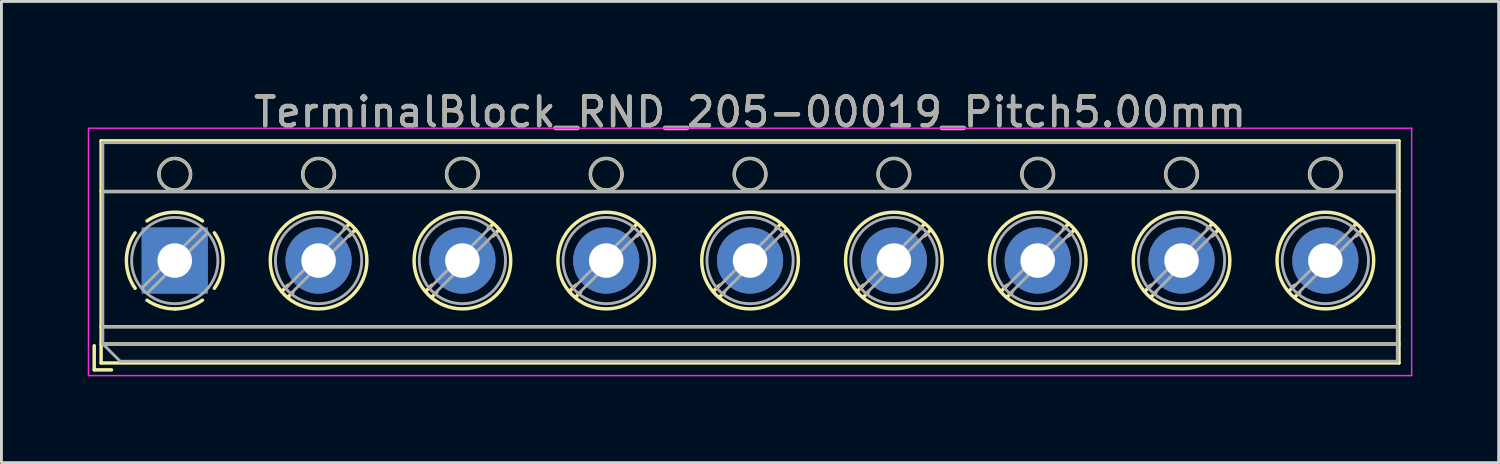
<source format=kicad_pcb>
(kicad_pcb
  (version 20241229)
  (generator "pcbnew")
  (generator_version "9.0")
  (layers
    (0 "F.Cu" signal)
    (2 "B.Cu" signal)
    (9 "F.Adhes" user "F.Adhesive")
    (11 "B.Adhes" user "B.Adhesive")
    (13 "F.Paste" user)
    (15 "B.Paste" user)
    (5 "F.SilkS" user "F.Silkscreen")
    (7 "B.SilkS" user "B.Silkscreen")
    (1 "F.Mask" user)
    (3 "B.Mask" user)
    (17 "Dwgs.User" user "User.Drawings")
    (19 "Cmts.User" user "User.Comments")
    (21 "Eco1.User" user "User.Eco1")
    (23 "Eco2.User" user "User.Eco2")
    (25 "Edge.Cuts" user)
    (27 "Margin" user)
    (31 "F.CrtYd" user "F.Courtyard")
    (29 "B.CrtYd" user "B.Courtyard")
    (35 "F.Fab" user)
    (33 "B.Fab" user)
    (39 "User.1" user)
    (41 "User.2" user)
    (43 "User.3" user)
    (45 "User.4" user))
  (footprint "TerminalBlock_RND_205-00019_Pitch5.00mm"
    (layer "F.Cu")
    (at 3.025 6.008)
    (property "Reference" "TerminalBlock_RND_205-00019_Pitch5.00mm" (at 20 -5.16 0) (layer "F.SilkS") (effects (font (size 1 1) (thickness 0.15))))
    (attr through_hole)
    (fp_line (start -2.8 2.96) (end -2.8 3.8) (stroke (width 0.12) (type solid)) (layer "F.SilkS"))
    (fp_line (start -2.8 3.8) (end -2.2 3.8) (stroke (width 0.12) (type solid)) (layer "F.SilkS"))
    (fp_line (start -2.56 -4.16) (end -2.56 3.56) (stroke (width 0.12) (type solid)) (layer "F.SilkS"))
    (fp_line (start -2.56 -2.4) (end 42.56 -2.4) (stroke (width 0.12) (type solid)) (layer "F.SilkS"))
    (fp_line (start -2.56 2.3) (end 42.56 2.3) (stroke (width 0.12) (type solid)) (layer "F.SilkS"))
    (fp_line (start -2.56 2.9) (end 42.56 2.9) (stroke (width 0.12) (type solid)) (layer "F.SilkS"))
    (fp_line (start -2.56 3.56) (end 42.56 3.56) (stroke (width 0.12) (type solid)) (layer "F.SilkS"))
    (fp_line (start 3.937 0.859) (end 3.726 1.069) (stroke (width 0.12) (type solid)) (layer "F.SilkS"))
    (fp_line (start 4.107 1.099) (end 3.931 1.274) (stroke (width 0.12) (type solid)) (layer "F.SilkS"))
    (fp_line (start 6.07 -1.275) (end 5.894 -1.099) (stroke (width 0.12) (type solid)) (layer "F.SilkS"))
    (fp_line (start 6.275 -1.069) (end 6.064 -0.859) (stroke (width 0.12) (type solid)) (layer "F.SilkS"))
    (fp_line (start 8.937 0.859) (end 8.726 1.069) (stroke (width 0.12) (type solid)) (layer "F.SilkS"))
    (fp_line (start 9.107 1.099) (end 8.931 1.274) (stroke (width 0.12) (type solid)) (layer "F.SilkS"))
    (fp_line (start 11.07 -1.275) (end 10.894 -1.099) (stroke (width 0.12) (type solid)) (layer "F.SilkS"))
    (fp_line (start 11.275 -1.069) (end 11.064 -0.859) (stroke (width 0.12) (type solid)) (layer "F.SilkS"))
    (fp_line (start 13.937 0.859) (end 13.726 1.069) (stroke (width 0.12) (type solid)) (layer "F.SilkS"))
    (fp_line (start 14.107 1.099) (end 13.931 1.274) (stroke (width 0.12) (type solid)) (layer "F.SilkS"))
    (fp_line (start 16.07 -1.275) (end 15.894 -1.099) (stroke (width 0.12) (type solid)) (layer "F.SilkS"))
    (fp_line (start 16.275 -1.069) (end 16.064 -0.859) (stroke (width 0.12) (type solid)) (layer "F.SilkS"))
    (fp_line (start 18.937 0.859) (end 18.726 1.069) (stroke (width 0.12) (type solid)) (layer "F.SilkS"))
    (fp_line (start 19.107 1.099) (end 18.931 1.274) (stroke (width 0.12) (type solid)) (layer "F.SilkS"))
    (fp_line (start 21.07 -1.275) (end 20.894 -1.099) (stroke (width 0.12) (type solid)) (layer "F.SilkS"))
    (fp_line (start 21.275 -1.069) (end 21.064 -0.859) (stroke (width 0.12) (type solid)) (layer "F.SilkS"))
    (fp_line (start 23.937 0.859) (end 23.726 1.069) (stroke (width 0.12) (type solid)) (layer "F.SilkS"))
    (fp_line (start 24.107 1.099) (end 23.931 1.274) (stroke (width 0.12) (type solid)) (layer "F.SilkS"))
    (fp_line (start 26.07 -1.275) (end 25.894 -1.099) (stroke (width 0.12) (type solid)) (layer "F.SilkS"))
    (fp_line (start 26.275 -1.069) (end 26.064 -0.859) (stroke (width 0.12) (type solid)) (layer "F.SilkS"))
    (fp_line (start 28.937 0.859) (end 28.726 1.069) (stroke (width 0.12) (type solid)) (layer "F.SilkS"))
    (fp_line (start 29.107 1.099) (end 28.931 1.274) (stroke (width 0.12) (type solid)) (layer "F.SilkS"))
    (fp_line (start 31.07 -1.275) (end 30.894 -1.099) (stroke (width 0.12) (type solid)) (layer "F.SilkS"))
    (fp_line (start 31.275 -1.069) (end 31.064 -0.859) (stroke (width 0.12) (type solid)) (layer "F.SilkS"))
    (fp_line (start 33.937 0.859) (end 33.726 1.069) (stroke (width 0.12) (type solid)) (layer "F.SilkS"))
    (fp_line (start 34.107 1.099) (end 33.931 1.274) (stroke (width 0.12) (type solid)) (layer "F.SilkS"))
    (fp_line (start 36.07 -1.275) (end 35.894 -1.099) (stroke (width 0.12) (type solid)) (layer "F.SilkS"))
    (fp_line (start 36.275 -1.069) (end 36.064 -0.859) (stroke (width 0.12) (type solid)) (layer "F.SilkS"))
    (fp_line (start 38.937 0.859) (end 38.726 1.069) (stroke (width 0.12) (type solid)) (layer "F.SilkS"))
    (fp_line (start 39.107 1.099) (end 38.931 1.274) (stroke (width 0.12) (type solid)) (layer "F.SilkS"))
    (fp_line (start 41.07 -1.275) (end 40.894 -1.099) (stroke (width 0.12) (type solid)) (layer "F.SilkS"))
    (fp_line (start 41.275 -1.069) (end 41.064 -0.859) (stroke (width 0.12) (type solid)) (layer "F.SilkS"))
    (fp_line (start 42.56 -4.16) (end -2.56 -4.16) (stroke (width 0.12) (type solid)) (layer "F.SilkS"))
    (fp_line (start 42.56 3.56) (end 42.56 -4.16) (stroke (width 0.12) (type solid)) (layer "F.SilkS"))
    (fp_arc (start -1.376825 0.964249) (mid -1.6809 0.000152) (end -1.377 -0.964) (stroke (width 0.12) (type solid)) (layer "F.SilkS"))
    (fp_arc (start -0.964249 -1.376825) (mid -0.000152 -1.6809) (end 0.964 -1.377) (stroke (width 0.12) (type solid)) (layer "F.SilkS"))
    (fp_arc (start 0.029488 1.680641) (mid -0.491302 1.607497) (end -0.964 1.377) (stroke (width 0.12) (type solid)) (layer "F.SilkS"))
    (fp_arc (start 0.963608 1.376175) (mid 0.505186 1.602244) (end 0 1.68) (stroke (width 0.12) (type solid)) (layer "F.SilkS"))
    (fp_arc (start 1.376825 -0.964249) (mid 1.6809 -0.000152) (end 1.377 0.964) (stroke (width 0.12) (type solid)) (layer "F.SilkS"))
    (fp_circle (center 0 -3) (end 0.55 -3) (stroke (width 0.12) (type solid)) (fill no) (layer "F.SilkS"))
    (fp_circle (center 5 -3) (end 5.55 -3) (stroke (width 0.12) (type solid)) (fill no) (layer "F.SilkS"))
    (fp_circle (center 5 0) (end 6.68 0) (stroke (width 0.12) (type solid)) (fill no) (layer "F.SilkS"))
    (fp_circle (center 10 -3) (end 10.55 -3) (stroke (width 0.12) (type solid)) (fill no) (layer "F.SilkS"))
    (fp_circle (center 10 0) (end 11.68 0) (stroke (width 0.12) (type solid)) (fill no) (layer "F.SilkS"))
    (fp_circle (center 15 -3) (end 15.55 -3) (stroke (width 0.12) (type solid)) (fill no) (layer "F.SilkS"))
    (fp_circle (center 15 0) (end 16.68 0) (stroke (width 0.12) (type solid)) (fill no) (layer "F.SilkS"))
    (fp_circle (center 20 -3) (end 20.55 -3) (stroke (width 0.12) (type solid)) (fill no) (layer "F.SilkS"))
    (fp_circle (center 20 0) (end 21.68 0) (stroke (width 0.12) (type solid)) (fill no) (layer "F.SilkS"))
    (fp_circle (center 25 -3) (end 25.55 -3) (stroke (width 0.12) (type solid)) (fill no) (layer "F.SilkS"))
    (fp_circle (center 25 0) (end 26.68 0) (stroke (width 0.12) (type solid)) (fill no) (layer "F.SilkS"))
    (fp_circle (center 30 -3) (end 30.55 -3) (stroke (width 0.12) (type solid)) (fill no) (layer "F.SilkS"))
    (fp_circle (center 30 0) (end 31.68 0) (stroke (width 0.12) (type solid)) (fill no) (layer "F.SilkS"))
    (fp_circle (center 35 -3) (end 35.55 -3) (stroke (width 0.12) (type solid)) (fill no) (layer "F.SilkS"))
    (fp_circle (center 35 0) (end 36.68 0) (stroke (width 0.12) (type solid)) (fill no) (layer "F.SilkS"))
    (fp_circle (center 40 -3) (end 40.55 -3) (stroke (width 0.12) (type solid)) (fill no) (layer "F.SilkS"))
    (fp_circle (center 40 0) (end 41.68 0) (stroke (width 0.12) (type solid)) (fill no) (layer "F.SilkS"))
    (fp_line (start -3 -4.6) (end -3 4) (stroke (width 0.05) (type solid)) (layer "F.CrtYd"))
    (fp_line (start -3 4) (end 43 4) (stroke (width 0.05) (type solid)) (layer "F.CrtYd"))
    (fp_line (start 43 -4.6) (end -3 -4.6) (stroke (width 0.05) (type solid)) (layer "F.CrtYd"))
    (fp_line (start 43 4) (end 43 -4.6) (stroke (width 0.05) (type solid)) (layer "F.CrtYd"))
    (fp_line (start -2.5 -4.1) (end 42.5 -4.1) (stroke (width 0.1) (type solid)) (layer "F.Fab"))
    (fp_line (start -2.5 -2.4) (end 42.5 -2.4) (stroke (width 0.1) (type solid)) (layer "F.Fab"))
    (fp_line (start -2.5 2.3) (end 42.5 2.3) (stroke (width 0.1) (type solid)) (layer "F.Fab"))
    (fp_line (start -2.5 2.9) (end -2.5 -4.1) (stroke (width 0.1) (type solid)) (layer "F.Fab"))
    (fp_line (start -2.5 2.9) (end 42.5 2.9) (stroke (width 0.1) (type solid)) (layer "F.Fab"))
    (fp_line (start -1.9 3.5) (end -2.5 2.9) (stroke (width 0.1) (type solid)) (layer "F.Fab"))
    (fp_line (start 0.955 -1.138) (end -1.138 0.955) (stroke (width 0.1) (type solid)) (layer "F.Fab"))
    (fp_line (start 1.138 -0.955) (end -0.955 1.138) (stroke (width 0.1) (type solid)) (layer "F.Fab"))
    (fp_line (start 5.955 -1.138) (end 3.863 0.955) (stroke (width 0.1) (type solid)) (layer "F.Fab"))
    (fp_line (start 6.138 -0.955) (end 4.046 1.138) (stroke (width 0.1) (type solid)) (layer "F.Fab"))
    (fp_line (start 10.955 -1.138) (end 8.863 0.955) (stroke (width 0.1) (type solid)) (layer "F.Fab"))
    (fp_line (start 11.138 -0.955) (end 9.046 1.138) (stroke (width 0.1) (type solid)) (layer "F.Fab"))
    (fp_line (start 15.955 -1.138) (end 13.863 0.955) (stroke (width 0.1) (type solid)) (layer "F.Fab"))
    (fp_line (start 16.138 -0.955) (end 14.046 1.138) (stroke (width 0.1) (type solid)) (layer "F.Fab"))
    (fp_line (start 20.955 -1.138) (end 18.863 0.955) (stroke (width 0.1) (type solid)) (layer "F.Fab"))
    (fp_line (start 21.138 -0.955) (end 19.046 1.138) (stroke (width 0.1) (type solid)) (layer "F.Fab"))
    (fp_line (start 25.955 -1.138) (end 23.863 0.955) (stroke (width 0.1) (type solid)) (layer "F.Fab"))
    (fp_line (start 26.138 -0.955) (end 24.046 1.138) (stroke (width 0.1) (type solid)) (layer "F.Fab"))
    (fp_line (start 30.955 -1.138) (end 28.863 0.955) (stroke (width 0.1) (type solid)) (layer "F.Fab"))
    (fp_line (start 31.138 -0.955) (end 29.046 1.138) (stroke (width 0.1) (type solid)) (layer "F.Fab"))
    (fp_line (start 35.955 -1.138) (end 33.863 0.955) (stroke (width 0.1) (type solid)) (layer "F.Fab"))
    (fp_line (start 36.138 -0.955) (end 34.046 1.138) (stroke (width 0.1) (type solid)) (layer "F.Fab"))
    (fp_line (start 40.955 -1.138) (end 38.863 0.955) (stroke (width 0.1) (type solid)) (layer "F.Fab"))
    (fp_line (start 41.138 -0.955) (end 39.046 1.138) (stroke (width 0.1) (type solid)) (layer "F.Fab"))
    (fp_line (start 42.5 -4.1) (end 42.5 3.5) (stroke (width 0.1) (type solid)) (layer "F.Fab"))
    (fp_line (start 42.5 3.5) (end -1.9 3.5) (stroke (width 0.1) (type solid)) (layer "F.Fab"))
    (fp_circle (center 0 -3) (end 0.55 -3) (stroke (width 0.1) (type solid)) (fill no) (layer "F.Fab"))
    (fp_circle (center 0 0) (end 1.5 0) (stroke (width 0.1) (type solid)) (fill no) (layer "F.Fab"))
    (fp_circle (center 5 -3) (end 5.55 -3) (stroke (width 0.1) (type solid)) (fill no) (layer "F.Fab"))
    (fp_circle (center 5 0) (end 6.5 0) (stroke (width 0.1) (type solid)) (fill no) (layer "F.Fab"))
    (fp_circle (center 10 -3) (end 10.55 -3) (stroke (width 0.1) (type solid)) (fill no) (layer "F.Fab"))
    (fp_circle (center 10 0) (end 11.5 0) (stroke (width 0.1) (type solid)) (fill no) (layer "F.Fab"))
    (fp_circle (center 15 -3) (end 15.55 -3) (stroke (width 0.1) (type solid)) (fill no) (layer "F.Fab"))
    (fp_circle (center 15 0) (end 16.5 0) (stroke (width 0.1) (type solid)) (fill no) (layer "F.Fab"))
    (fp_circle (center 20 -3) (end 20.55 -3) (stroke (width 0.1) (type solid)) (fill no) (layer "F.Fab"))
    (fp_circle (center 20 0) (end 21.5 0) (stroke (width 0.1) (type solid)) (fill no) (layer "F.Fab"))
    (fp_circle (center 25 -3) (end 25.55 -3) (stroke (width 0.1) (type solid)) (fill no) (layer "F.Fab"))
    (fp_circle (center 25 0) (end 26.5 0) (stroke (width 0.1) (type solid)) (fill no) (layer "F.Fab"))
    (fp_circle (center 30 -3) (end 30.55 -3) (stroke (width 0.1) (type solid)) (fill no) (layer "F.Fab"))
    (fp_circle (center 30 0) (end 31.5 0) (stroke (width 0.1) (type solid)) (fill no) (layer "F.Fab"))
    (fp_circle (center 35 -3) (end 35.55 -3) (stroke (width 0.1) (type solid)) (fill no) (layer "F.Fab"))
    (fp_circle (center 35 0) (end 36.5 0) (stroke (width 0.1) (type solid)) (fill no) (layer "F.Fab"))
    (fp_circle (center 40 -3) (end 40.55 -3) (stroke (width 0.1) (type solid)) (fill no) (layer "F.Fab"))
    (fp_circle (center 40 0) (end 41.5 0) (stroke (width 0.1) (type solid)) (fill no) (layer "F.Fab"))
    (fp_text user "${REFERENCE}" (at 20 -5.16 0) (layer "F.Fab") (effects (font (size 1 1) (thickness 0.15))))
    (pad "1" thru_hole rect (at 0 0) (size 2.3 2.3) (drill 1.2) (layers "*.Cu" "*.Mask"))
    (pad "2" thru_hole oval (at 5 0) (size 2.3 2.3) (drill 1.2) (layers "*.Cu" "*.Mask"))
    (pad "3" thru_hole oval (at 10 0) (size 2.3 2.3) (drill 1.2) (layers "*.Cu" "*.Mask"))
    (pad "4" thru_hole oval (at 15 0) (size 2.3 2.3) (drill 1.2) (layers "*.Cu" "*.Mask"))
    (pad "5" thru_hole oval (at 20 0) (size 2.3 2.3) (drill 1.2) (layers "*.Cu" "*.Mask"))
    (pad "6" thru_hole oval (at 25 0) (size 2.3 2.3) (drill 1.2) (layers "*.Cu" "*.Mask"))
    (pad "7" thru_hole oval (at 30 0) (size 2.3 2.3) (drill 1.2) (layers "*.Cu" "*.Mask"))
    (pad "8" thru_hole oval (at 35 0) (size 2.3 2.3) (drill 1.2) (layers "*.Cu" "*.Mask"))
    (pad "9" thru_hole oval (at 40 0) (size 2.3 2.3) (drill 1.2) (layers "*.Cu" "*.Mask")))
  (gr_rect
    (start -3 -3)
    (end 49.05 13.033)
    (stroke (width 0.1) (type default))
    (fill no)
    (layer "Edge.Cuts")))
</source>
